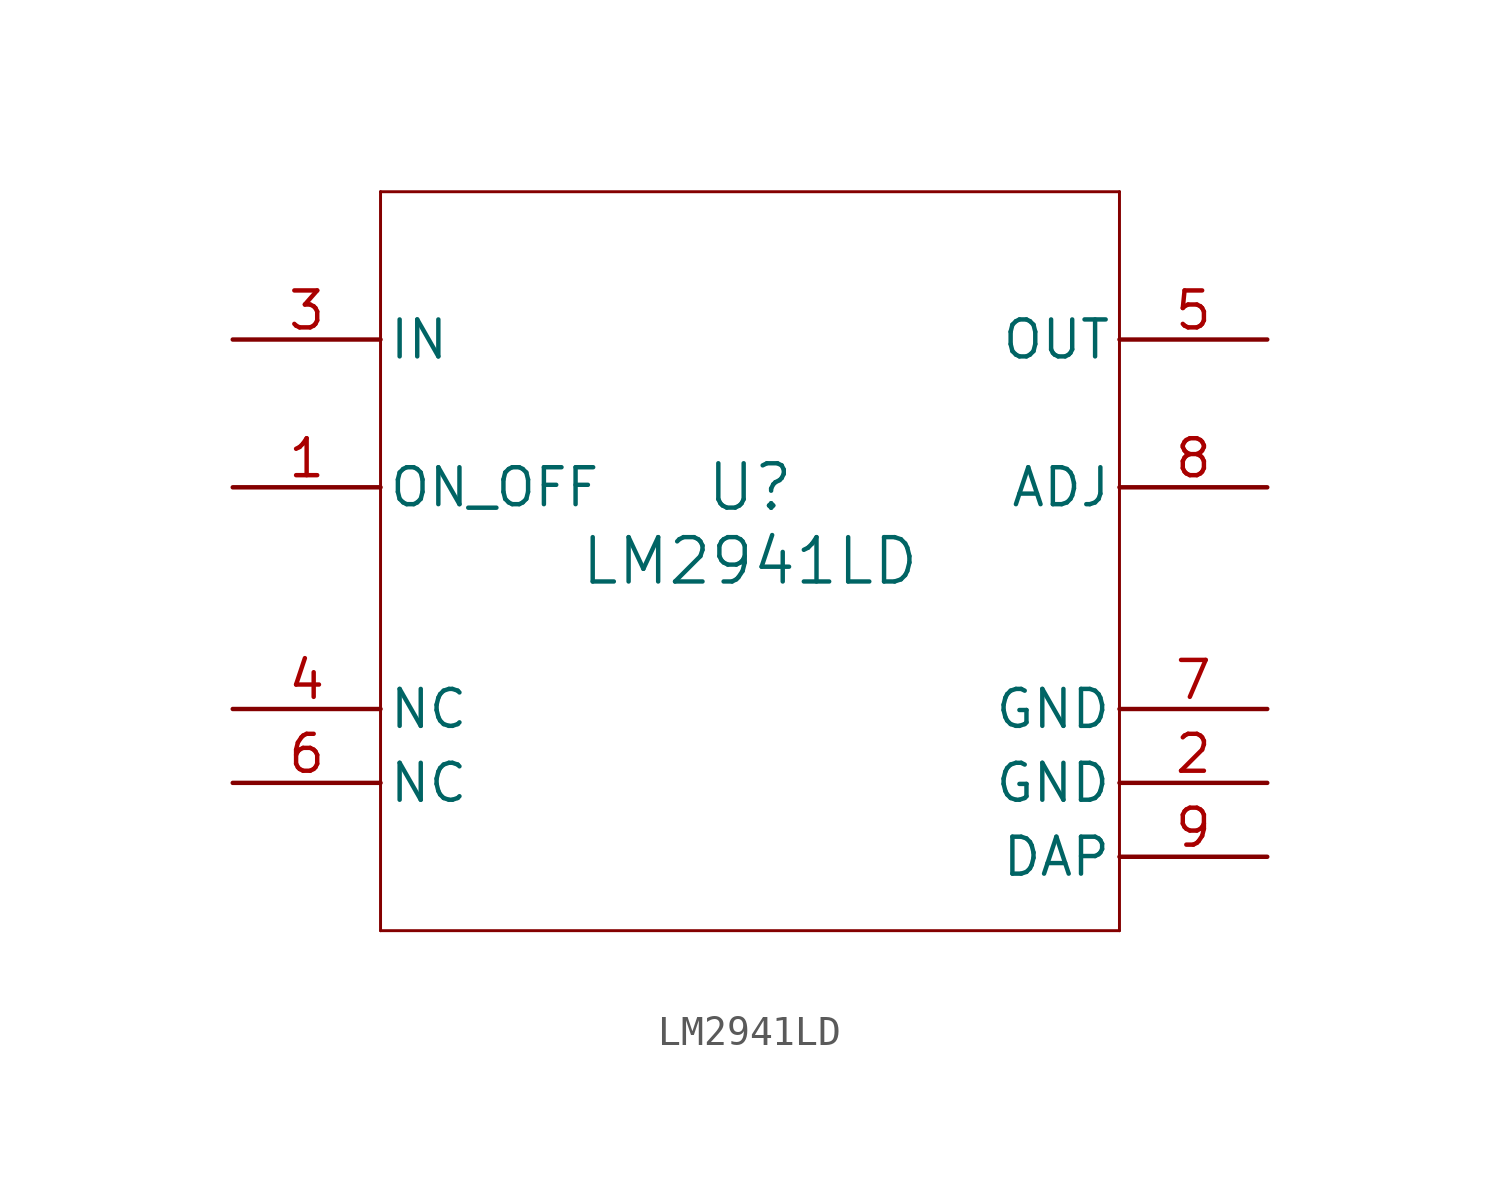
<source format=kicad_sym>
(kicad_symbol_lib
  (version 20211014)
  (generator kicad_symbol_editor)
  (symbol "LM2941LD"
    (pin_names
      (offset 0.254))
    (property "Reference" "U"
      (at 0 2.54 0)
      (effects (font (size 1.524 1.524))))
    (property "Value" "LM2941LD"
      (at 0 0 0)
      (effects (font (size 1.524 1.524))))
    (polyline
      (pts (xy -12.7 -12.7) (xy 12.7 -12.7))
      (stroke (width 0.102) (type default) (color 0 0 0 0))
      (fill (type none)))
    (polyline
      (pts (xy 12.7 -12.7) (xy 12.7 12.7))
      (stroke (width 0.102) (type default) (color 0 0 0 0))
      (fill (type none)))
    (polyline
      (pts (xy 12.7 12.7) (xy -12.7 12.7))
      (stroke (width 0.102) (type default) (color 0 0 0 0))
      (fill (type none)))
    (polyline
      (pts (xy -12.7 12.7) (xy -12.7 -12.7))
      (stroke (width 0.102) (type default) (color 0 0 0 0))
      (fill (type none)))
    (pin input line
      (at -17.78 2.54 0)
      (length 5.08)
      (name "ON_OFF" (effects (font (size 1.27 1.27))))
      (number "1" (effects (font (size 1.27 1.27)))))
    (pin power_in line
      (at 17.78 -7.62 180)
      (length 5.08)
      (name "GND" (effects (font (size 1.27 1.27))))
      (number "2" (effects (font (size 1.27 1.27)))))
    (pin power_in line
      (at -17.78 7.62 0)
      (length 5.08)
      (name "IN" (effects (font (size 1.27 1.27))))
      (number "3" (effects (font (size 1.27 1.27)))))
    (pin unspecified line
      (at -17.78 -5.08 0)
      (length 5.08)
      (name "NC" (effects (font (size 1.27 1.27))))
      (number "4" (effects (font (size 1.27 1.27)))))
    (pin power_in line
      (at 17.78 7.62 180)
      (length 5.08)
      (name "OUT" (effects (font (size 1.27 1.27))))
      (number "5" (effects (font (size 1.27 1.27)))))
    (pin unspecified line
      (at -17.78 -7.62 0)
      (length 5.08)
      (name "NC" (effects (font (size 1.27 1.27))))
      (number "6" (effects (font (size 1.27 1.27)))))
    (pin power_in line
      (at 17.78 -5.08 180)
      (length 5.08)
      (name "GND" (effects (font (size 1.27 1.27))))
      (number "7" (effects (font (size 1.27 1.27)))))
    (pin input line
      (at 17.78 2.54 180)
      (length 5.08)
      (name "ADJ" (effects (font (size 1.27 1.27))))
      (number "8" (effects (font (size 1.27 1.27)))))
    (pin power_in line
      (at 17.78 -10.16 180)
      (length 5.08)
      (name "DAP" (effects (font (size 1.27 1.27))))
      (number "9" (effects (font (size 1.27 1.27)))))))
</source>
